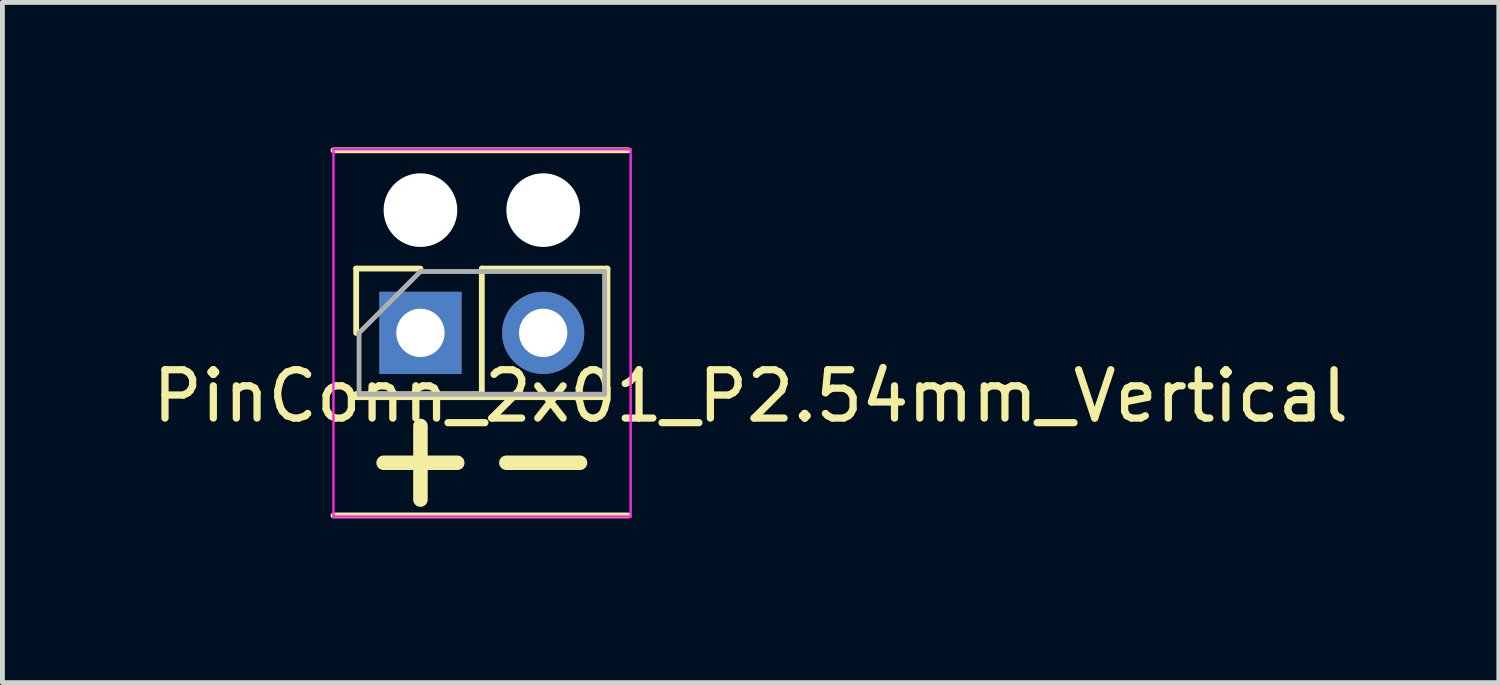
<source format=kicad_pcb>
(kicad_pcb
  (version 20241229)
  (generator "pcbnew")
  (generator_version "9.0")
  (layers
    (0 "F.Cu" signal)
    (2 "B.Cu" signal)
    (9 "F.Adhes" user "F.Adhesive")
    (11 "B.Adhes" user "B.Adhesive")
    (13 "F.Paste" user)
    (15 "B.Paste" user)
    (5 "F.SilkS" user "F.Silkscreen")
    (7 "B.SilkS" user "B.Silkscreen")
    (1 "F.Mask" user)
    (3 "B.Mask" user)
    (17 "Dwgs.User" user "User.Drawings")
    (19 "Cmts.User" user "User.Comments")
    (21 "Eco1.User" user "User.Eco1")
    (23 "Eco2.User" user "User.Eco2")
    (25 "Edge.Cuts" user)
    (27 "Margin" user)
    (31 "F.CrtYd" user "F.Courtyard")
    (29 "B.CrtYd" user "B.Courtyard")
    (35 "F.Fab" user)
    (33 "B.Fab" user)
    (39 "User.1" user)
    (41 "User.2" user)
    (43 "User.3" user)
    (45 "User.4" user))
  (footprint "PinConn_2x01_P2.54mm_Vertical"
    (layer "F.Cu")
    (at 5.65 3.838)
    (property "Reference" "PinConn_2x01_P2.54mm_Vertical" (at 6.833 1.308 180) (layer "F.SilkS") (effects (font (size 1 1) (thickness 0.15))))
    (attr through_hole)
    (fp_line (start -1.8 -3.778) (end 4.3 -3.778) (stroke (width 0.12) (type solid)) (layer "F.SilkS"))
    (fp_line (start -1.8 3.778) (end 4.3 3.778) (stroke (width 0.12) (type solid)) (layer "F.SilkS"))
    (fp_line (start -1.33 -1.33) (end 0 -1.33) (stroke (width 0.12) (type solid)) (layer "F.SilkS"))
    (fp_line (start -1.33 0) (end -1.33 -1.33) (stroke (width 0.12) (type solid)) (layer "F.SilkS"))
    (fp_line (start -1.33 1.27) (end -1.33 1.33) (stroke (width 0.12) (type solid)) (layer "F.SilkS"))
    (fp_line (start -1.33 1.27) (end 1.27 1.27) (stroke (width 0.12) (type solid)) (layer "F.SilkS"))
    (fp_line (start -1.33 1.33) (end 3.87 1.33) (stroke (width 0.12) (type solid)) (layer "F.SilkS"))
    (fp_line (start 1.27 -1.33) (end 3.87 -1.33) (stroke (width 0.12) (type solid)) (layer "F.SilkS"))
    (fp_line (start 1.27 1.27) (end 1.27 -1.33) (stroke (width 0.12) (type solid)) (layer "F.SilkS"))
    (fp_line (start 3.87 -1.33) (end 3.87 1.33) (stroke (width 0.12) (type solid)) (layer "F.SilkS"))
    (fp_line (start -1.8 -3.8) (end -1.8 3.8) (stroke (width 0.05) (type solid)) (layer "F.CrtYd"))
    (fp_line (start -1.8 3.8) (end 4.35 3.8) (stroke (width 0.05) (type solid)) (layer "F.CrtYd"))
    (fp_line (start 4.35 -3.8) (end -1.8 -3.8) (stroke (width 0.05) (type solid)) (layer "F.CrtYd"))
    (fp_line (start 4.35 3.8) (end 4.35 -3.8) (stroke (width 0.05) (type solid)) (layer "F.CrtYd"))
    (fp_line (start -1.27 0) (end 0 -1.27) (stroke (width 0.1) (type solid)) (layer "F.Fab"))
    (fp_line (start -1.27 1.27) (end -1.27 0) (stroke (width 0.1) (type solid)) (layer "F.Fab"))
    (fp_line (start 0 -1.27) (end 3.81 -1.27) (stroke (width 0.1) (type solid)) (layer "F.Fab"))
    (fp_line (start 3.81 -1.27) (end 3.81 1.27) (stroke (width 0.1) (type solid)) (layer "F.Fab"))
    (fp_line (start 3.81 1.27) (end -1.27 1.27) (stroke (width 0.1) (type solid)) (layer "F.Fab"))
    (fp_text user "-" (at 2.54 2.54 0) (layer "F.SilkS") (effects (font (size 2 2) (thickness 0.3))))
    (fp_text user "+" (at 0 2.54 0) (layer "F.SilkS") (effects (font (size 2 2) (thickness 0.3))))
    (pad "" np_thru_hole circle (at 0 -2.54) (size 1.524 1.524) (drill 1.524) (layers "*.Cu" "*.Mask"))
    (pad "" np_thru_hole circle (at 2.54 -2.54) (size 1.524 1.524) (drill 1.524) (layers "*.Cu" "*.Mask"))
    (pad "1" thru_hole rect (at 0 0) (size 1.7 1.7) (drill 1) (layers "*.Cu" "*.Mask"))
    (pad "2" thru_hole oval (at 2.54 0) (size 1.7 1.7) (drill 1) (layers "*.Cu" "*.Mask")))
  (gr_rect
    (start -3 -3)
    (end 27.964 11.075)
    (stroke (width 0.1) (type default))
    (fill no)
    (layer "Edge.Cuts")))
</source>
